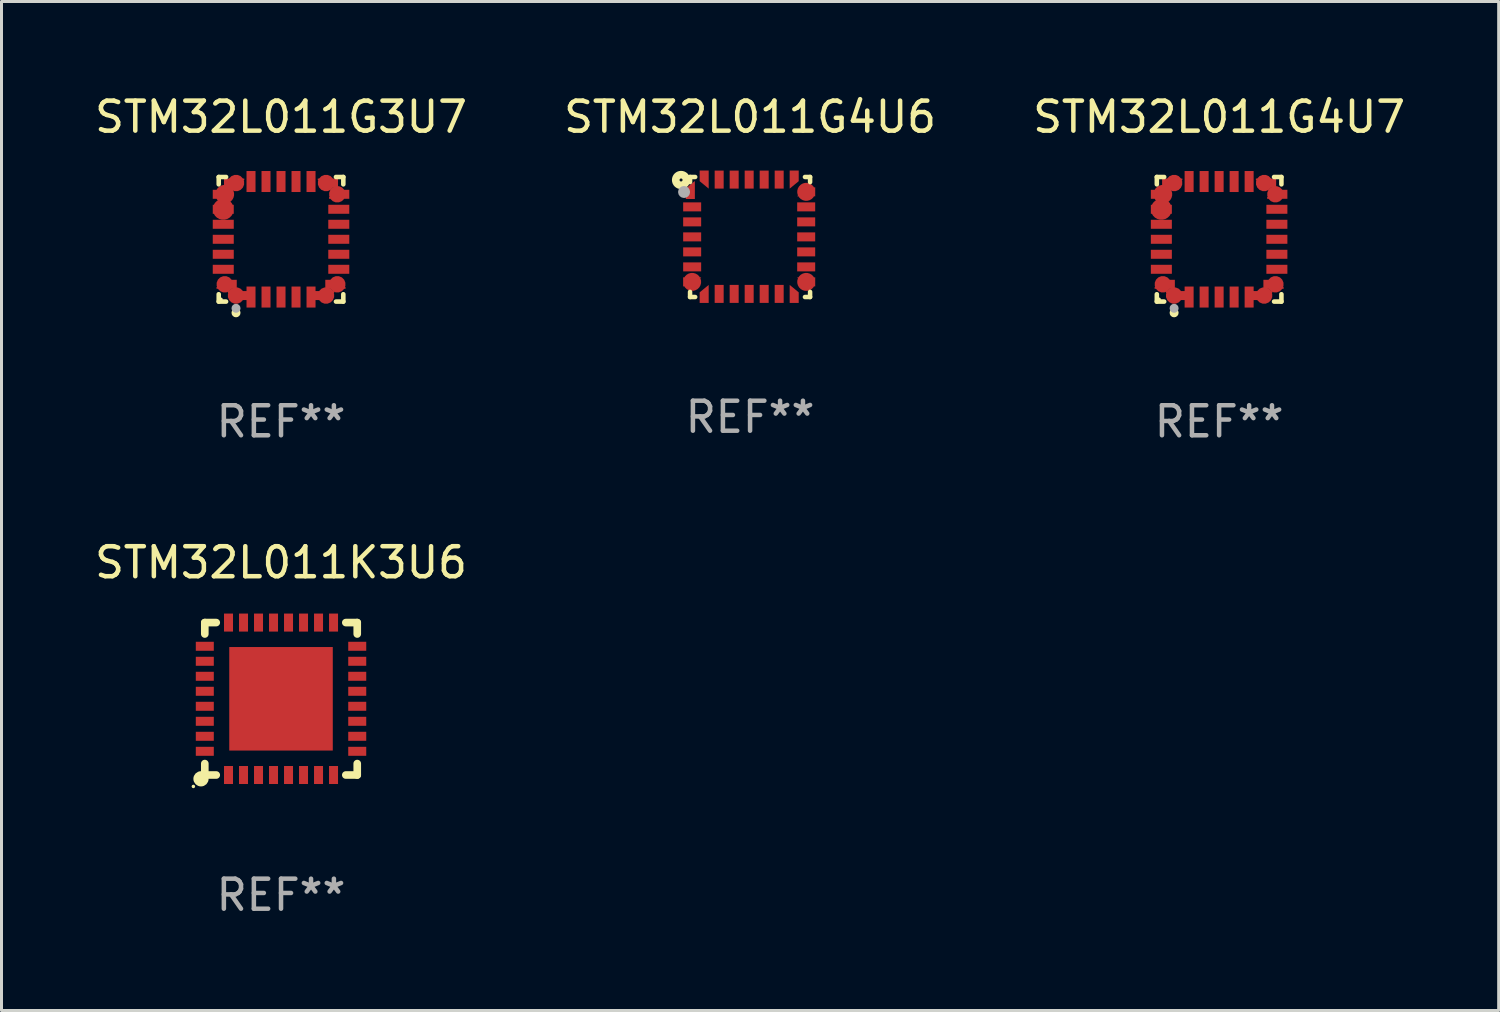
<source format=kicad_pcb>
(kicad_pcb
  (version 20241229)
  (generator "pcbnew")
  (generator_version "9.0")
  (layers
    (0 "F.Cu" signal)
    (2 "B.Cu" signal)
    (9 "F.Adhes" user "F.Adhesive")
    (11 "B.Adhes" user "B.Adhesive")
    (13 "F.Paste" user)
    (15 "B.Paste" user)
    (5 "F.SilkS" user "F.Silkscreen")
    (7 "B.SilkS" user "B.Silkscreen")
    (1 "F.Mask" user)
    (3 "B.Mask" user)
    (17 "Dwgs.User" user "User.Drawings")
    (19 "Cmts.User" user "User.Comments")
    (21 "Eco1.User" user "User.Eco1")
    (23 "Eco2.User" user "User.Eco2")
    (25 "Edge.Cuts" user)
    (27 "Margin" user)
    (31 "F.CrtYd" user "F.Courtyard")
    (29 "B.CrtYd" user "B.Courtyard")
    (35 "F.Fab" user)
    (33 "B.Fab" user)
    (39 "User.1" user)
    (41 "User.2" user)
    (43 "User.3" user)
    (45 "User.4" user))
  (footprint "STM32L011G4U7"
    (layer "F.Cu")
    (at 37.577 4.924)
    (property "Reference" "STM32L011G4U7" (at 0 -4.076 0) (layer "F.SilkS") (effects (font (size 1 1) (thickness 0.15))))
    (attr through_hole)
    (fp_line (start -2.076 -2.076) (end -1.831 -2.076) (stroke (width 0.152) (type solid)) (layer "F.SilkS"))
    (fp_line (start -2.076 -1.831) (end -2.076 -2.076) (stroke (width 0.152) (type solid)) (layer "F.SilkS"))
    (fp_line (start -2.076 1.831) (end -2.076 2.076) (stroke (width 0.152) (type solid)) (layer "F.SilkS"))
    (fp_line (start -2.076 2.076) (end -1.831 2.076) (stroke (width 0.152) (type solid)) (layer "F.SilkS"))
    (fp_line (start 2.076 -2.076) (end 1.831 -2.076) (stroke (width 0.152) (type solid)) (layer "F.SilkS"))
    (fp_line (start 2.076 -1.831) (end 2.076 -2.076) (stroke (width 0.152) (type solid)) (layer "F.SilkS"))
    (fp_line (start 2.076 1.831) (end 2.076 2.076) (stroke (width 0.152) (type solid)) (layer "F.SilkS"))
    (fp_line (start 2.076 2.076) (end 1.831 2.076) (stroke (width 0.152) (type solid)) (layer "F.SilkS"))
    (fp_circle (center -2 2) (end -1.97 2) (stroke (width 0.06) (type solid)) (fill no) (layer "F.SilkS"))
    (fp_circle (center -1.5 2.45) (end -1.425 2.45) (stroke (width 0.15) (type solid)) (fill no) (layer "F.SilkS"))
    (fp_circle (center -1.5 2.3) (end -1.425 2.3) (stroke (width 0.15) (type solid)) (fill no) (layer "F.Fab"))
    (fp_text user "REF**" (at 0 6.076 0) (layer "F.Fab") (effects (font (size 1 1) (thickness 0.15))))
    (pad "1" smd custom (at -1.5 1.875 90) (size 0.55 0.3) (layers "F.Cu" "F.Mask" "F.Paste") (options (anchor circle)) (primitives (gr_poly (pts (xy -0.15 -0.025) (xy -0.15 0.4) (xy 0.15 0.4) (xy 0.15 -0.275) (xy 0.1 -0.275)) (width 0) (fill yes))))
    (pad "2" smd rect (at -1 1.925) (size 0.3 0.7) (layers "F.Cu" "F.Mask" "F.Paste"))
    (pad "3" smd rect (at -0.5 1.925) (size 0.3 0.7) (layers "F.Cu" "F.Mask" "F.Paste"))
    (pad "4" smd rect (at 0 1.925) (size 0.3 0.7) (layers "F.Cu" "F.Mask" "F.Paste"))
    (pad "5" smd rect (at 0.5 1.925) (size 0.3 0.7) (layers "F.Cu" "F.Mask" "F.Paste"))
    (pad "6" smd rect (at 1 1.925) (size 0.3 0.7) (layers "F.Cu" "F.Mask" "F.Paste"))
    (pad "7" smd custom (at 1.5 1.875 270) (size 0.55 0.3) (layers "F.Cu" "F.Mask" "F.Paste") (options (anchor circle)) (primitives (gr_poly (pts (xy 0.15 -0.025) (xy 0.15 0.4) (xy -0.15 0.4) (xy -0.15 -0.275) (xy -0.1 -0.275)) (width 0) (fill yes))))
    (pad "8" smd custom (at 1.875 1.5 180) (size 0.55 0.3) (layers "F.Cu" "F.Mask" "F.Paste") (options (anchor circle)) (primitives (gr_poly (pts (xy -0.025 0.15) (xy 0.4 0.15) (xy 0.4 -0.15) (xy -0.275 -0.15) (xy -0.275 -0.1)) (width 0) (fill yes))))
    (pad "9" smd rect (at 1.925 1) (size 0.7 0.3) (layers "F.Cu" "F.Mask" "F.Paste"))
    (pad "10" smd rect (at 1.925 0.5) (size 0.7 0.3) (layers "F.Cu" "F.Mask" "F.Paste"))
    (pad "11" smd rect (at 1.925 0) (size 0.7 0.3) (layers "F.Cu" "F.Mask" "F.Paste"))
    (pad "12" smd rect (at 1.925 -0.5) (size 0.7 0.3) (layers "F.Cu" "F.Mask" "F.Paste"))
    (pad "13" smd rect (at 1.925 -1) (size 0.7 0.3) (layers "F.Cu" "F.Mask" "F.Paste"))
    (pad "14" smd custom (at 1.875 -1.5) (size 0.55 0.3) (layers "F.Cu" "F.Mask" "F.Paste") (options (anchor circle)) (primitives (gr_poly (pts (xy -0.025 -0.15) (xy 0.4 -0.15) (xy 0.4 0.15) (xy -0.275 0.15) (xy -0.275 0.1)) (width 0) (fill yes))))
    (pad "15" smd custom (at 1.5 -1.875 270) (size 0.55 0.3) (layers "F.Cu" "F.Mask" "F.Paste") (options (anchor circle)) (primitives (gr_poly (pts (xy 0.15 0.025) (xy 0.15 -0.4) (xy -0.15 -0.4) (xy -0.15 0.275) (xy -0.1 0.275)) (width 0) (fill yes))))
    (pad "16" smd rect (at 1 -1.925) (size 0.3 0.7) (layers "F.Cu" "F.Mask" "F.Paste"))
    (pad "17" smd rect (at 0.5 -1.925) (size 0.3 0.7) (layers "F.Cu" "F.Mask" "F.Paste"))
    (pad "18" smd rect (at 0 -1.925) (size 0.3 0.7) (layers "F.Cu" "F.Mask" "F.Paste"))
    (pad "19" smd rect (at -0.5 -1.925) (size 0.3 0.7) (layers "F.Cu" "F.Mask" "F.Paste"))
    (pad "20" smd rect (at -1 -1.925) (size 0.3 0.7) (layers "F.Cu" "F.Mask" "F.Paste"))
    (pad "21" smd custom (at -1.5 -1.875 90) (size 0.55 0.3) (layers "F.Cu" "F.Mask" "F.Paste") (options (anchor circle)) (primitives (gr_poly (pts (xy -0.15 0.025) (xy -0.15 -0.4) (xy 0.15 -0.4) (xy 0.15 0.275) (xy 0.1 0.275)) (width 0) (fill yes))))
    (pad "22" smd custom (at -1.875 -1.5) (size 0.625 0.3) (layers "F.Cu" "F.Mask" "F.Paste") (options (anchor circle)) (primitives (gr_poly (pts (xy 0.025 -0.15) (xy -0.4 -0.15) (xy -0.4 0.15) (xy 0.275 0.15) (xy 0.275 0.1)) (width 0) (fill yes))))
    (pad "23" smd custom (at -1.925 -1) (size 0.7 0.3) (layers "F.Cu" "F.Mask" "F.Paste") (options (anchor circle)) (primitives (gr_poly (pts (xy -0.35 -0.15) (xy 0.35 -0.15) (xy 0.35 0.15) (xy -0.35 0.15)) (width 0) (fill yes))))
    (pad "24" smd rect (at -1.925 -0.5) (size 0.7 0.3) (layers "F.Cu" "F.Mask" "F.Paste"))
    (pad "25" smd rect (at -1.925 0) (size 0.7 0.3) (layers "F.Cu" "F.Mask" "F.Paste"))
    (pad "26" smd rect (at -1.925 0.5) (size 0.7 0.3) (layers "F.Cu" "F.Mask" "F.Paste"))
    (pad "27" smd rect (at -1.925 1) (size 0.7 0.3) (layers "F.Cu" "F.Mask" "F.Paste"))
    (pad "28" smd custom (at -1.875 1.5 180) (size 0.55 0.3) (layers "F.Cu" "F.Mask" "F.Paste") (options (anchor circle)) (primitives (gr_poly (pts (xy 0.025 0.15) (xy -0.4 0.15) (xy -0.4 -0.15) (xy 0.275 -0.15) (xy 0.275 -0.1)) (width 0) (fill yes)))))
  (footprint "STM32L011K3U6"
    (layer "F.Cu")
    (at 6.315 20.237)
    (property "Reference" "STM32L011K3U6" (at 0 -4.54 0) (layer "F.SilkS") (effects (font (size 1 1) (thickness 0.15))))
    (attr through_hole)
    (fp_line (start -2.54 -2.54) (end -2.159 -2.54) (stroke (width 0.254) (type solid)) (layer "F.SilkS"))
    (fp_line (start -2.54 -2.159) (end -2.54 -2.54) (stroke (width 0.254) (type solid)) (layer "F.SilkS"))
    (fp_line (start -2.54 2.54) (end -2.54 2.159) (stroke (width 0.254) (type solid)) (layer "F.SilkS"))
    (fp_line (start -2.159 2.54) (end -2.54 2.54) (stroke (width 0.254) (type solid)) (layer "F.SilkS"))
    (fp_line (start 2.159 -2.54) (end 2.54 -2.54) (stroke (width 0.254) (type solid)) (layer "F.SilkS"))
    (fp_line (start 2.54 -2.54) (end 2.54 -2.159) (stroke (width 0.254) (type solid)) (layer "F.SilkS"))
    (fp_line (start 2.54 2.159) (end 2.54 2.54) (stroke (width 0.254) (type solid)) (layer "F.SilkS"))
    (fp_line (start 2.54 2.54) (end 2.159 2.54) (stroke (width 0.254) (type solid)) (layer "F.SilkS"))
    (fp_circle (center -2.921 2.921) (end -2.891 2.921) (stroke (width 0.06) (type solid)) (fill no) (layer "F.SilkS"))
    (fp_circle (center -2.667 2.667) (end -2.54 2.667) (stroke (width 0.254) (type solid)) (fill no) (layer "F.SilkS"))
    (fp_text user "REF**" (at 0 6.54 0) (layer "F.Fab") (effects (font (size 1 1) (thickness 0.15))))
    (pad "1" smd rect (at -1.75 2.54 90) (size 0.6 0.3) (layers "F.Cu" "F.Mask" "F.Paste"))
    (pad "2" smd rect (at -1.25 2.54 90) (size 0.6 0.3) (layers "F.Cu" "F.Mask" "F.Paste"))
    (pad "3" smd rect (at -0.75 2.54 90) (size 0.6 0.3) (layers "F.Cu" "F.Mask" "F.Paste"))
    (pad "4" smd rect (at -0.25 2.54 90) (size 0.6 0.3) (layers "F.Cu" "F.Mask" "F.Paste"))
    (pad "5" smd rect (at 0.25 2.54 90) (size 0.6 0.3) (layers "F.Cu" "F.Mask" "F.Paste"))
    (pad "6" smd rect (at 0.75 2.54 90) (size 0.6 0.3) (layers "F.Cu" "F.Mask" "F.Paste"))
    (pad "7" smd rect (at 1.25 2.54 90) (size 0.6 0.3) (layers "F.Cu" "F.Mask" "F.Paste"))
    (pad "8" smd rect (at 1.75 2.54 90) (size 0.6 0.3) (layers "F.Cu" "F.Mask" "F.Paste"))
    (pad "9" smd rect (at 2.54 1.75 180) (size 0.6 0.3) (layers "F.Cu" "F.Mask" "F.Paste"))
    (pad "10" smd rect (at 2.54 1.25 180) (size 0.6 0.3) (layers "F.Cu" "F.Mask" "F.Paste"))
    (pad "11" smd rect (at 2.54 0.75 180) (size 0.6 0.3) (layers "F.Cu" "F.Mask" "F.Paste"))
    (pad "12" smd rect (at 2.54 0.25 180) (size 0.6 0.3) (layers "F.Cu" "F.Mask" "F.Paste"))
    (pad "13" smd rect (at 2.54 -0.25 180) (size 0.6 0.3) (layers "F.Cu" "F.Mask" "F.Paste"))
    (pad "14" smd rect (at 2.54 -0.75 180) (size 0.6 0.3) (layers "F.Cu" "F.Mask" "F.Paste"))
    (pad "15" smd rect (at 2.54 -1.25 180) (size 0.6 0.3) (layers "F.Cu" "F.Mask" "F.Paste"))
    (pad "16" smd rect (at 2.54 -1.75 180) (size 0.6 0.3) (layers "F.Cu" "F.Mask" "F.Paste"))
    (pad "17" smd rect (at 1.75 -2.54 270) (size 0.6 0.3) (layers "F.Cu" "F.Mask" "F.Paste"))
    (pad "18" smd rect (at 1.25 -2.54 270) (size 0.6 0.3) (layers "F.Cu" "F.Mask" "F.Paste"))
    (pad "19" smd rect (at 0.75 -2.54 270) (size 0.6 0.3) (layers "F.Cu" "F.Mask" "F.Paste"))
    (pad "20" smd rect (at 0.25 -2.54 270) (size 0.6 0.3) (layers "F.Cu" "F.Mask" "F.Paste"))
    (pad "21" smd rect (at -0.25 -2.54 270) (size 0.6 0.3) (layers "F.Cu" "F.Mask" "F.Paste"))
    (pad "22" smd rect (at -0.75 -2.54 270) (size 0.6 0.3) (layers "F.Cu" "F.Mask" "F.Paste"))
    (pad "23" smd rect (at -1.25 -2.54 270) (size 0.6 0.3) (layers "F.Cu" "F.Mask" "F.Paste"))
    (pad "24" smd rect (at -1.75 -2.54 270) (size 0.6 0.3) (layers "F.Cu" "F.Mask" "F.Paste"))
    (pad "25" smd rect (at -2.54 -1.75) (size 0.6 0.3) (layers "F.Cu" "F.Mask" "F.Paste"))
    (pad "26" smd rect (at -2.54 -1.25) (size 0.6 0.3) (layers "F.Cu" "F.Mask" "F.Paste"))
    (pad "27" smd rect (at -2.54 -0.75) (size 0.6 0.3) (layers "F.Cu" "F.Mask" "F.Paste"))
    (pad "28" smd rect (at -2.54 -0.25) (size 0.6 0.3) (layers "F.Cu" "F.Mask" "F.Paste"))
    (pad "29" smd rect (at -2.54 0.25) (size 0.6 0.3) (layers "F.Cu" "F.Mask" "F.Paste"))
    (pad "30" smd rect (at -2.54 0.75) (size 0.6 0.3) (layers "F.Cu" "F.Mask" "F.Paste"))
    (pad "31" smd rect (at -2.54 1.25) (size 0.6 0.3) (layers "F.Cu" "F.Mask" "F.Paste"))
    (pad "32" smd rect (at -2.54 1.75) (size 0.6 0.3) (layers "F.Cu" "F.Mask" "F.Paste"))
    (pad "33" smd rect (at 0 0) (size 3.45 3.45) (layers "F.Cu" "F.Mask" "F.Paste")))
  (footprint "STM32L011G4U6"
    (layer "F.Cu")
    (at 21.946 4.848)
    (property "Reference" "STM32L011G4U6" (at 0 -4 0) (layer "F.SilkS") (effects (font (size 1 1) (thickness 0.15))))
    (attr through_hole)
    (fp_line (start -2 -2) (end -1.829 -2) (stroke (width 0.15) (type solid)) (layer "F.SilkS"))
    (fp_line (start -2 -1.83) (end -2 -2) (stroke (width 0.15) (type solid)) (layer "F.SilkS"))
    (fp_line (start -2 2) (end -2 1.829) (stroke (width 0.15) (type solid)) (layer "F.SilkS"))
    (fp_line (start -1.829 2) (end -2 2) (stroke (width 0.15) (type solid)) (layer "F.SilkS"))
    (fp_line (start 1.829 -2) (end 2 -2) (stroke (width 0.15) (type solid)) (layer "F.SilkS"))
    (fp_line (start 2 -2) (end 2 -1.83) (stroke (width 0.15) (type solid)) (layer "F.SilkS"))
    (fp_line (start 2 1.829) (end 2 2) (stroke (width 0.15) (type solid)) (layer "F.SilkS"))
    (fp_line (start 2 2) (end 1.829 2) (stroke (width 0.15) (type solid)) (layer "F.SilkS"))
    (fp_circle (center -2.3 -1.9) (end -2.25 -1.9) (stroke (width 0.254) (type solid)) (fill no) (layer "F.SilkS"))
    (fp_circle (center -2.031 -2.004) (end -2.001 -2.004) (stroke (width 0.06) (type solid)) (fill no) (layer "F.SilkS"))
    (fp_circle (center -2.2 -1.5) (end -2.1 -1.5) (stroke (width 0.2) (type solid)) (fill no) (layer "F.Fab"))
    (fp_text user "REF**" (at 0 6 0) (layer "F.Fab") (effects (font (size 1 1) (thickness 0.15))))
    (pad "1" smd custom (at -1.991 -1.505 90) (size 0.301 0.601) (layers "F.Cu" "F.Mask" "F.Paste") (options (anchor circle)) (primitives (gr_poly (pts (xy 0.362 0.151) (xy -0.239 0.151) (xy -0.239 -0.15) (xy 0.115 -0.15)) (width 0) (fill yes))))
    (pad "2" smd rect (at -1.93 -1.004) (size 0.6 0.3) (layers "F.Cu" "F.Mask" "F.Paste"))
    (pad "3" smd rect (at -1.93 -0.504) (size 0.6 0.3) (layers "F.Cu" "F.Mask" "F.Paste"))
    (pad "4" smd rect (at -1.93 -0.004) (size 0.6 0.3) (layers "F.Cu" "F.Mask" "F.Paste"))
    (pad "5" smd rect (at -1.93 0.496) (size 0.6 0.3) (layers "F.Cu" "F.Mask" "F.Paste"))
    (pad "6" smd rect (at -1.93 0.996) (size 0.6 0.3) (layers "F.Cu" "F.Mask" "F.Paste"))
    (pad "7" smd custom (at -1.931 1.496) (size 0.601 0.301) (layers "F.Cu" "F.Mask" "F.Paste") (options (anchor circle)) (primitives (gr_poly (pts (xy 0.301 -0.151) (xy -0.3 -0.151) (xy -0.3 0.15) (xy 0.053 0.15)) (width 0) (fill yes))))
    (pad "8" smd custom (at -1.53 1.959) (size 0.301 0.601) (layers "F.Cu" "F.Mask" "F.Paste") (options (anchor circle)) (primitives (gr_poly (pts (xy 0.151 -0.362) (xy 0.151 0.239) (xy -0.15 0.239) (xy -0.15 -0.115)) (width 0) (fill yes))))
    (pad "9" smd rect (at -1.03 1.896 90) (size 0.6 0.3) (layers "F.Cu" "F.Mask" "F.Paste"))
    (pad "10" smd rect (at -0.53 1.896 90) (size 0.6 0.3) (layers "F.Cu" "F.Mask" "F.Paste"))
    (pad "11" smd rect (at -0.03 1.896 90) (size 0.6 0.3) (layers "F.Cu" "F.Mask" "F.Paste"))
    (pad "12" smd rect (at 0.47 1.896 90) (size 0.6 0.3) (layers "F.Cu" "F.Mask" "F.Paste"))
    (pad "13" smd rect (at 0.97 1.896 90) (size 0.6 0.3) (layers "F.Cu" "F.Mask" "F.Paste"))
    (pad "14" smd custom (at 1.47 1.959) (size 0.301 0.601) (layers "F.Cu" "F.Mask" "F.Paste") (options (anchor circle)) (primitives (gr_poly (pts (xy -0.15 -0.362) (xy -0.15 0.239) (xy 0.151 0.239) (xy 0.151 -0.115)) (width 0) (fill yes))))
    (pad "15" smd custom (at 1.871 1.496) (size 0.601 0.301) (layers "F.Cu" "F.Mask" "F.Paste") (options (anchor circle)) (primitives (gr_poly (pts (xy -0.301 -0.151) (xy 0.3 -0.151) (xy 0.3 0.15) (xy -0.053 0.15)) (width 0) (fill yes))))
    (pad "16" smd rect (at 1.87 0.996 180) (size 0.6 0.3) (layers "F.Cu" "F.Mask" "F.Paste"))
    (pad "17" smd rect (at 1.87 0.496 180) (size 0.6 0.3) (layers "F.Cu" "F.Mask" "F.Paste"))
    (pad "18" smd rect (at 1.87 -0.004 180) (size 0.6 0.3) (layers "F.Cu" "F.Mask" "F.Paste"))
    (pad "19" smd rect (at 1.87 -0.504 180) (size 0.6 0.3) (layers "F.Cu" "F.Mask" "F.Paste"))
    (pad "20" smd rect (at 1.87 -1.004 180) (size 0.6 0.3) (layers "F.Cu" "F.Mask" "F.Paste"))
    (pad "21" smd custom (at 1.871 -1.505) (size 0.601 0.301) (layers "F.Cu" "F.Mask" "F.Paste") (options (anchor circle)) (primitives (gr_poly (pts (xy -0.301 0.15) (xy 0.3 0.15) (xy 0.3 -0.151) (xy -0.053 -0.151)) (width 0) (fill yes))))
    (pad "22" smd custom (at 1.47 -1.975) (size 0.301 0.601) (layers "F.Cu" "F.Mask" "F.Paste") (options (anchor circle)) (primitives (gr_poly (pts (xy -0.15 0.363) (xy -0.15 -0.239) (xy 0.151 -0.239) (xy 0.151 0.115)) (width 0) (fill yes))))
    (pad "23" smd rect (at 0.97 -1.913 270) (size 0.6 0.3) (layers "F.Cu" "F.Mask" "F.Paste"))
    (pad "24" smd rect (at 0.47 -1.913 270) (size 0.6 0.3) (layers "F.Cu" "F.Mask" "F.Paste"))
    (pad "25" smd rect (at -0.03 -1.913 270) (size 0.6 0.3) (layers "F.Cu" "F.Mask" "F.Paste"))
    (pad "26" smd rect (at -0.53 -1.913 270) (size 0.6 0.3) (layers "F.Cu" "F.Mask" "F.Paste"))
    (pad "27" smd rect (at -1.03 -1.913 270) (size 0.6 0.3) (layers "F.Cu" "F.Mask" "F.Paste"))
    (pad "28" smd custom (at -1.53 -1.975) (size 0.301 0.601) (layers "F.Cu" "F.Mask" "F.Paste") (options (anchor circle)) (primitives (gr_poly (pts (xy 0.151 0.363) (xy 0.151 -0.239) (xy -0.15 -0.239) (xy -0.15 0.115)) (width 0) (fill yes)))))
  (footprint "STM32L011G3U7"
    (layer "F.Cu")
    (at 6.315 4.924)
    (property "Reference" "STM32L011G3U7" (at 0 -4.076 0) (layer "F.SilkS") (effects (font (size 1 1) (thickness 0.15))))
    (attr through_hole)
    (fp_line (start -2.076 -2.076) (end -1.831 -2.076) (stroke (width 0.152) (type solid)) (layer "F.SilkS"))
    (fp_line (start -2.076 -1.831) (end -2.076 -2.076) (stroke (width 0.152) (type solid)) (layer "F.SilkS"))
    (fp_line (start -2.076 1.831) (end -2.076 2.076) (stroke (width 0.152) (type solid)) (layer "F.SilkS"))
    (fp_line (start -2.076 2.076) (end -1.831 2.076) (stroke (width 0.152) (type solid)) (layer "F.SilkS"))
    (fp_line (start 2.076 -2.076) (end 1.831 -2.076) (stroke (width 0.152) (type solid)) (layer "F.SilkS"))
    (fp_line (start 2.076 -1.831) (end 2.076 -2.076) (stroke (width 0.152) (type solid)) (layer "F.SilkS"))
    (fp_line (start 2.076 1.831) (end 2.076 2.076) (stroke (width 0.152) (type solid)) (layer "F.SilkS"))
    (fp_line (start 2.076 2.076) (end 1.831 2.076) (stroke (width 0.152) (type solid)) (layer "F.SilkS"))
    (fp_circle (center -2 2) (end -1.97 2) (stroke (width 0.06) (type solid)) (fill no) (layer "F.SilkS"))
    (fp_circle (center -1.5 2.45) (end -1.425 2.45) (stroke (width 0.15) (type solid)) (fill no) (layer "F.SilkS"))
    (fp_circle (center -1.5 2.3) (end -1.425 2.3) (stroke (width 0.15) (type solid)) (fill no) (layer "F.Fab"))
    (fp_text user "REF**" (at 0 6.076 0) (layer "F.Fab") (effects (font (size 1 1) (thickness 0.15))))
    (pad "1" smd custom (at -1.5 1.875 90) (size 0.55 0.3) (layers "F.Cu" "F.Mask" "F.Paste") (options (anchor circle)) (primitives (gr_poly (pts (xy -0.15 -0.025) (xy -0.15 0.4) (xy 0.15 0.4) (xy 0.15 -0.275) (xy 0.1 -0.275)) (width 0) (fill yes))))
    (pad "2" smd rect (at -1 1.925) (size 0.3 0.7) (layers "F.Cu" "F.Mask" "F.Paste"))
    (pad "3" smd rect (at -0.5 1.925) (size 0.3 0.7) (layers "F.Cu" "F.Mask" "F.Paste"))
    (pad "4" smd rect (at 0 1.925) (size 0.3 0.7) (layers "F.Cu" "F.Mask" "F.Paste"))
    (pad "5" smd rect (at 0.5 1.925) (size 0.3 0.7) (layers "F.Cu" "F.Mask" "F.Paste"))
    (pad "6" smd rect (at 1 1.925) (size 0.3 0.7) (layers "F.Cu" "F.Mask" "F.Paste"))
    (pad "7" smd custom (at 1.5 1.875 270) (size 0.55 0.3) (layers "F.Cu" "F.Mask" "F.Paste") (options (anchor circle)) (primitives (gr_poly (pts (xy 0.15 -0.025) (xy 0.15 0.4) (xy -0.15 0.4) (xy -0.15 -0.275) (xy -0.1 -0.275)) (width 0) (fill yes))))
    (pad "8" smd custom (at 1.875 1.5 180) (size 0.55 0.3) (layers "F.Cu" "F.Mask" "F.Paste") (options (anchor circle)) (primitives (gr_poly (pts (xy -0.025 0.15) (xy 0.4 0.15) (xy 0.4 -0.15) (xy -0.275 -0.15) (xy -0.275 -0.1)) (width 0) (fill yes))))
    (pad "9" smd rect (at 1.925 1) (size 0.7 0.3) (layers "F.Cu" "F.Mask" "F.Paste"))
    (pad "10" smd rect (at 1.925 0.5) (size 0.7 0.3) (layers "F.Cu" "F.Mask" "F.Paste"))
    (pad "11" smd rect (at 1.925 0) (size 0.7 0.3) (layers "F.Cu" "F.Mask" "F.Paste"))
    (pad "12" smd rect (at 1.925 -0.5) (size 0.7 0.3) (layers "F.Cu" "F.Mask" "F.Paste"))
    (pad "13" smd rect (at 1.925 -1) (size 0.7 0.3) (layers "F.Cu" "F.Mask" "F.Paste"))
    (pad "14" smd custom (at 1.875 -1.5) (size 0.55 0.3) (layers "F.Cu" "F.Mask" "F.Paste") (options (anchor circle)) (primitives (gr_poly (pts (xy -0.025 -0.15) (xy 0.4 -0.15) (xy 0.4 0.15) (xy -0.275 0.15) (xy -0.275 0.1)) (width 0) (fill yes))))
    (pad "15" smd custom (at 1.5 -1.875 270) (size 0.55 0.3) (layers "F.Cu" "F.Mask" "F.Paste") (options (anchor circle)) (primitives (gr_poly (pts (xy 0.15 0.025) (xy 0.15 -0.4) (xy -0.15 -0.4) (xy -0.15 0.275) (xy -0.1 0.275)) (width 0) (fill yes))))
    (pad "16" smd rect (at 1 -1.925) (size 0.3 0.7) (layers "F.Cu" "F.Mask" "F.Paste"))
    (pad "17" smd rect (at 0.5 -1.925) (size 0.3 0.7) (layers "F.Cu" "F.Mask" "F.Paste"))
    (pad "18" smd rect (at 0 -1.925) (size 0.3 0.7) (layers "F.Cu" "F.Mask" "F.Paste"))
    (pad "19" smd rect (at -0.5 -1.925) (size 0.3 0.7) (layers "F.Cu" "F.Mask" "F.Paste"))
    (pad "20" smd rect (at -1 -1.925) (size 0.3 0.7) (layers "F.Cu" "F.Mask" "F.Paste"))
    (pad "21" smd custom (at -1.5 -1.875 90) (size 0.55 0.3) (layers "F.Cu" "F.Mask" "F.Paste") (options (anchor circle)) (primitives (gr_poly (pts (xy -0.15 0.025) (xy -0.15 -0.4) (xy 0.15 -0.4) (xy 0.15 0.275) (xy 0.1 0.275)) (width 0) (fill yes))))
    (pad "22" smd custom (at -1.875 -1.5) (size 0.625 0.3) (layers "F.Cu" "F.Mask" "F.Paste") (options (anchor circle)) (primitives (gr_poly (pts (xy 0.025 -0.15) (xy -0.4 -0.15) (xy -0.4 0.15) (xy 0.275 0.15) (xy 0.275 0.1)) (width 0) (fill yes))))
    (pad "23" smd custom (at -1.925 -1) (size 0.7 0.3) (layers "F.Cu" "F.Mask" "F.Paste") (options (anchor circle)) (primitives (gr_poly (pts (xy -0.35 -0.15) (xy 0.35 -0.15) (xy 0.35 0.15) (xy -0.35 0.15)) (width 0) (fill yes))))
    (pad "24" smd rect (at -1.925 -0.5) (size 0.7 0.3) (layers "F.Cu" "F.Mask" "F.Paste"))
    (pad "25" smd rect (at -1.925 0) (size 0.7 0.3) (layers "F.Cu" "F.Mask" "F.Paste"))
    (pad "26" smd rect (at -1.925 0.5) (size 0.7 0.3) (layers "F.Cu" "F.Mask" "F.Paste"))
    (pad "27" smd rect (at -1.925 1) (size 0.7 0.3) (layers "F.Cu" "F.Mask" "F.Paste"))
    (pad "28" smd custom (at -1.875 1.5 180) (size 0.55 0.3) (layers "F.Cu" "F.Mask" "F.Paste") (options (anchor circle)) (primitives (gr_poly (pts (xy 0.025 0.15) (xy -0.4 0.15) (xy -0.4 -0.15) (xy 0.275 -0.15) (xy 0.275 -0.1)) (width 0) (fill yes)))))
  (gr_rect
    (start -3 -3)
    (end 46.893 30.625)
    (stroke (width 0.1) (type default))
    (fill no)
    (layer "Edge.Cuts")))
</source>
